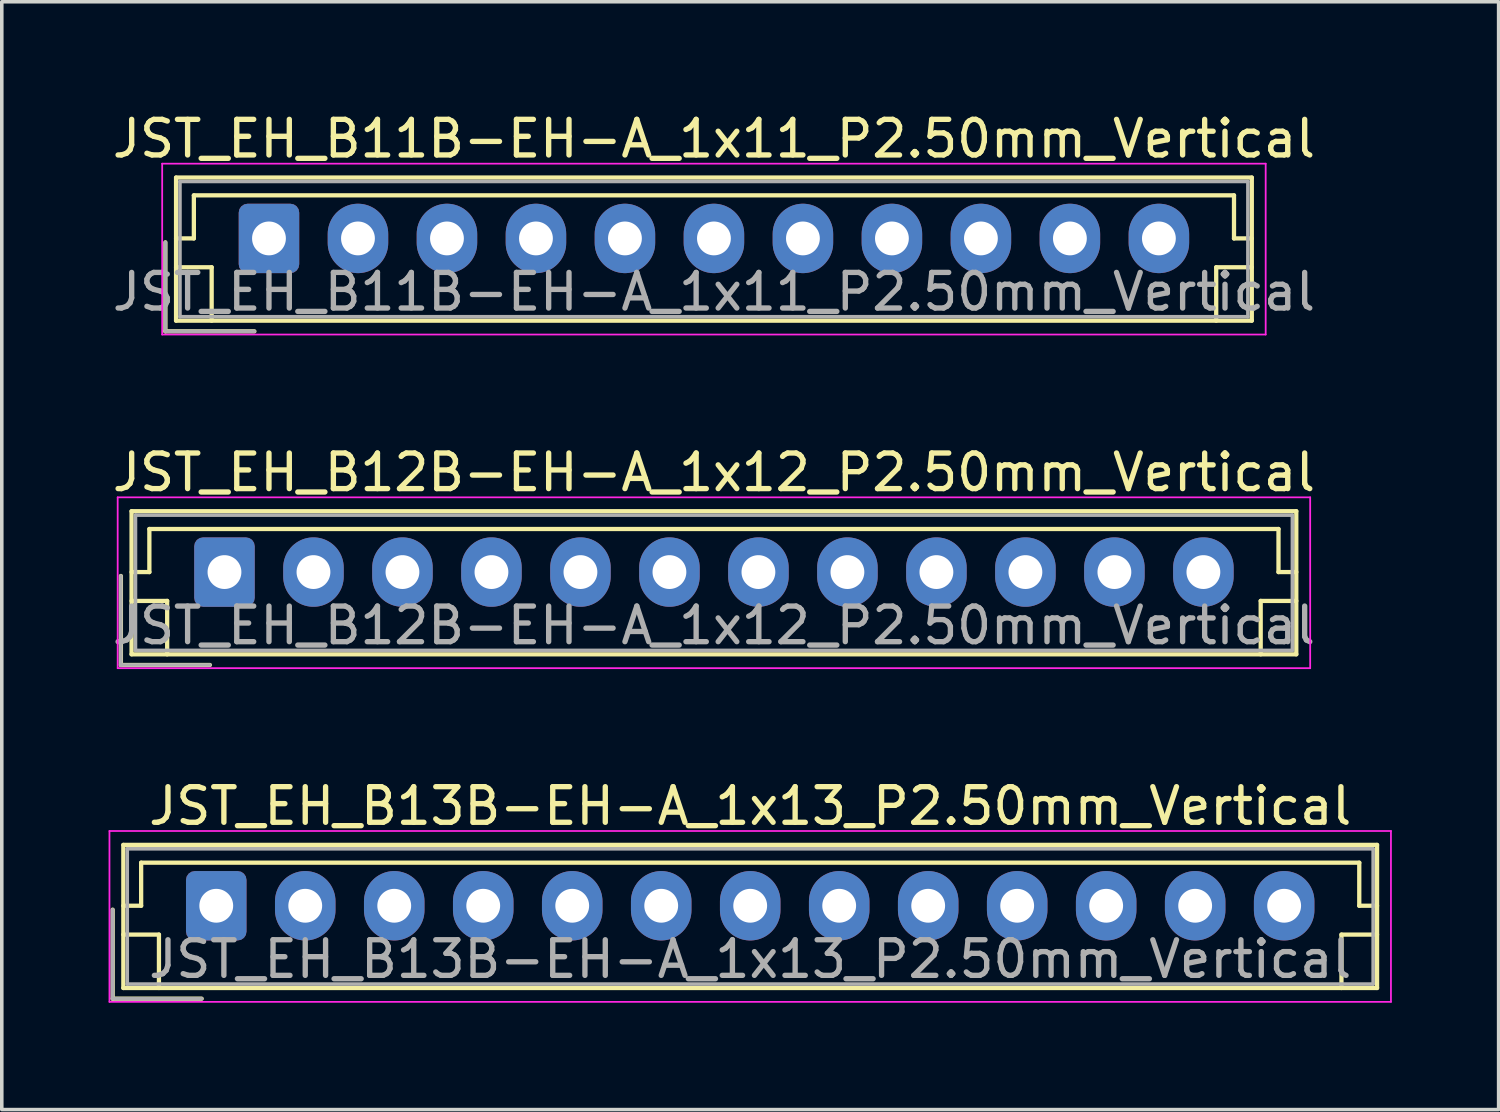
<source format=kicad_pcb>
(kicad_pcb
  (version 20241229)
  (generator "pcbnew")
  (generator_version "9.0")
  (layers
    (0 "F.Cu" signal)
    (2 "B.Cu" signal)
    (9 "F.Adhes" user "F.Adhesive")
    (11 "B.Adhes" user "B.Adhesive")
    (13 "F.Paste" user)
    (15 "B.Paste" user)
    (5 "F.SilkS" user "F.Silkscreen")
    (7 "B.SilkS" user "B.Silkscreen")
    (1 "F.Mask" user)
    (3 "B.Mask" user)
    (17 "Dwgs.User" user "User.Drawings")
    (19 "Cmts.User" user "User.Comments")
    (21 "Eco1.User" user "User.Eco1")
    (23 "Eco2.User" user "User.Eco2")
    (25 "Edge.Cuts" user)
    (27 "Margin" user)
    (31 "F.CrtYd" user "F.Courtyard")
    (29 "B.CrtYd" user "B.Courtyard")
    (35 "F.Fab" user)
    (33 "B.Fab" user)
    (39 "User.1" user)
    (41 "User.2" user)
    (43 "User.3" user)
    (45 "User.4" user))
  (footprint "JST_EH_B13B-EH-A_1x13_P2.50mm_Vertical"
    (layer "F.Cu")
    (at 3.025 22.395)
    (property "Reference" "JST_EH_B13B-EH-A_1x13_P2.50mm_Vertical" (at 15 -2.8 0) (layer "F.SilkS") (effects (font (size 1 1) (thickness 0.15))))
    (attr through_hole)
    (fp_line (start -2.91 0.11) (end -2.91 2.61) (stroke (width 0.12) (type solid)) (layer "F.SilkS"))
    (fp_line (start -2.91 2.61) (end -0.41 2.61) (stroke (width 0.12) (type solid)) (layer "F.SilkS"))
    (fp_line (start -2.61 -1.71) (end -2.61 2.31) (stroke (width 0.12) (type solid)) (layer "F.SilkS"))
    (fp_line (start -2.61 0) (end -2.11 0) (stroke (width 0.12) (type solid)) (layer "F.SilkS"))
    (fp_line (start -2.61 0.81) (end -1.61 0.81) (stroke (width 0.12) (type solid)) (layer "F.SilkS"))
    (fp_line (start -2.61 2.31) (end 32.61 2.31) (stroke (width 0.12) (type solid)) (layer "F.SilkS"))
    (fp_line (start -2.11 -1.21) (end 32.11 -1.21) (stroke (width 0.12) (type solid)) (layer "F.SilkS"))
    (fp_line (start -2.11 0) (end -2.11 -1.21) (stroke (width 0.12) (type solid)) (layer "F.SilkS"))
    (fp_line (start -1.61 0.81) (end -1.61 2.31) (stroke (width 0.12) (type solid)) (layer "F.SilkS"))
    (fp_line (start 31.61 0.81) (end 31.61 2.31) (stroke (width 0.12) (type solid)) (layer "F.SilkS"))
    (fp_line (start 32.11 -1.21) (end 32.11 0) (stroke (width 0.12) (type solid)) (layer "F.SilkS"))
    (fp_line (start 32.11 0) (end 32.61 0) (stroke (width 0.12) (type solid)) (layer "F.SilkS"))
    (fp_line (start 32.61 -1.71) (end -2.61 -1.71) (stroke (width 0.12) (type solid)) (layer "F.SilkS"))
    (fp_line (start 32.61 0.81) (end 31.61 0.81) (stroke (width 0.12) (type solid)) (layer "F.SilkS"))
    (fp_line (start 32.61 2.31) (end 32.61 -1.71) (stroke (width 0.12) (type solid)) (layer "F.SilkS"))
    (fp_line (start -3 -2.1) (end -3 2.7) (stroke (width 0.05) (type solid)) (layer "F.CrtYd"))
    (fp_line (start -3 2.7) (end 33 2.7) (stroke (width 0.05) (type solid)) (layer "F.CrtYd"))
    (fp_line (start 33 -2.1) (end -3 -2.1) (stroke (width 0.05) (type solid)) (layer "F.CrtYd"))
    (fp_line (start 33 2.7) (end 33 -2.1) (stroke (width 0.05) (type solid)) (layer "F.CrtYd"))
    (fp_line (start -2.91 0.11) (end -2.91 2.61) (stroke (width 0.1) (type solid)) (layer "F.Fab"))
    (fp_line (start -2.91 2.61) (end -0.41 2.61) (stroke (width 0.1) (type solid)) (layer "F.Fab"))
    (fp_line (start -2.5 -1.6) (end -2.5 2.2) (stroke (width 0.1) (type solid)) (layer "F.Fab"))
    (fp_line (start -2.5 2.2) (end 32.5 2.2) (stroke (width 0.1) (type solid)) (layer "F.Fab"))
    (fp_line (start 32.5 -1.6) (end -2.5 -1.6) (stroke (width 0.1) (type solid)) (layer "F.Fab"))
    (fp_line (start 32.5 2.2) (end 32.5 -1.6) (stroke (width 0.1) (type solid)) (layer "F.Fab"))
    (fp_text user "${REFERENCE}" (at 15 1.5 0) (layer "F.Fab") (effects (font (size 1 1) (thickness 0.15))))
    (pad "1" thru_hole roundrect (at 0 0) (size 1.7 1.95) (drill 0.95) (layers "*.Cu" "*.Mask") (roundrect_rratio 0.147))
    (pad "2" thru_hole oval (at 2.5 0) (size 1.7 1.95) (drill 0.95) (layers "*.Cu" "*.Mask"))
    (pad "3" thru_hole oval (at 5 0) (size 1.7 1.95) (drill 0.95) (layers "*.Cu" "*.Mask"))
    (pad "4" thru_hole oval (at 7.5 0) (size 1.7 1.95) (drill 0.95) (layers "*.Cu" "*.Mask"))
    (pad "5" thru_hole oval (at 10 0) (size 1.7 1.95) (drill 0.95) (layers "*.Cu" "*.Mask"))
    (pad "6" thru_hole oval (at 12.5 0) (size 1.7 1.95) (drill 0.95) (layers "*.Cu" "*.Mask"))
    (pad "7" thru_hole oval (at 15 0) (size 1.7 1.95) (drill 0.95) (layers "*.Cu" "*.Mask"))
    (pad "8" thru_hole oval (at 17.5 0) (size 1.7 1.95) (drill 0.95) (layers "*.Cu" "*.Mask"))
    (pad "9" thru_hole oval (at 20 0) (size 1.7 1.95) (drill 0.95) (layers "*.Cu" "*.Mask"))
    (pad "10" thru_hole oval (at 22.5 0) (size 1.7 1.95) (drill 0.95) (layers "*.Cu" "*.Mask"))
    (pad "11" thru_hole oval (at 25 0) (size 1.7 1.95) (drill 0.95) (layers "*.Cu" "*.Mask"))
    (pad "12" thru_hole oval (at 27.5 0) (size 1.7 1.95) (drill 0.95) (layers "*.Cu" "*.Mask"))
    (pad "13" thru_hole oval (at 30 0) (size 1.7 1.95) (drill 0.95) (layers "*.Cu" "*.Mask")))
  (footprint "JST_EH_B11B-EH-A_1x11_P2.50mm_Vertical"
    (layer "F.Cu")
    (at 4.506 3.648)
    (property "Reference" "JST_EH_B11B-EH-A_1x11_P2.50mm_Vertical" (at 12.5 -2.8 0) (layer "F.SilkS") (effects (font (size 1 1) (thickness 0.15))))
    (attr through_hole)
    (fp_line (start -2.91 0.11) (end -2.91 2.61) (stroke (width 0.12) (type solid)) (layer "F.SilkS"))
    (fp_line (start -2.91 2.61) (end -0.41 2.61) (stroke (width 0.12) (type solid)) (layer "F.SilkS"))
    (fp_line (start -2.61 -1.71) (end -2.61 2.31) (stroke (width 0.12) (type solid)) (layer "F.SilkS"))
    (fp_line (start -2.61 0) (end -2.11 0) (stroke (width 0.12) (type solid)) (layer "F.SilkS"))
    (fp_line (start -2.61 0.81) (end -1.61 0.81) (stroke (width 0.12) (type solid)) (layer "F.SilkS"))
    (fp_line (start -2.61 2.31) (end 27.61 2.31) (stroke (width 0.12) (type solid)) (layer "F.SilkS"))
    (fp_line (start -2.11 -1.21) (end 27.11 -1.21) (stroke (width 0.12) (type solid)) (layer "F.SilkS"))
    (fp_line (start -2.11 0) (end -2.11 -1.21) (stroke (width 0.12) (type solid)) (layer "F.SilkS"))
    (fp_line (start -1.61 0.81) (end -1.61 2.31) (stroke (width 0.12) (type solid)) (layer "F.SilkS"))
    (fp_line (start 26.61 0.81) (end 26.61 2.31) (stroke (width 0.12) (type solid)) (layer "F.SilkS"))
    (fp_line (start 27.11 -1.21) (end 27.11 0) (stroke (width 0.12) (type solid)) (layer "F.SilkS"))
    (fp_line (start 27.11 0) (end 27.61 0) (stroke (width 0.12) (type solid)) (layer "F.SilkS"))
    (fp_line (start 27.61 -1.71) (end -2.61 -1.71) (stroke (width 0.12) (type solid)) (layer "F.SilkS"))
    (fp_line (start 27.61 0.81) (end 26.61 0.81) (stroke (width 0.12) (type solid)) (layer "F.SilkS"))
    (fp_line (start 27.61 2.31) (end 27.61 -1.71) (stroke (width 0.12) (type solid)) (layer "F.SilkS"))
    (fp_line (start -3 -2.1) (end -3 2.7) (stroke (width 0.05) (type solid)) (layer "F.CrtYd"))
    (fp_line (start -3 2.7) (end 28 2.7) (stroke (width 0.05) (type solid)) (layer "F.CrtYd"))
    (fp_line (start 28 -2.1) (end -3 -2.1) (stroke (width 0.05) (type solid)) (layer "F.CrtYd"))
    (fp_line (start 28 2.7) (end 28 -2.1) (stroke (width 0.05) (type solid)) (layer "F.CrtYd"))
    (fp_line (start -2.91 0.11) (end -2.91 2.61) (stroke (width 0.1) (type solid)) (layer "F.Fab"))
    (fp_line (start -2.91 2.61) (end -0.41 2.61) (stroke (width 0.1) (type solid)) (layer "F.Fab"))
    (fp_line (start -2.5 -1.6) (end -2.5 2.2) (stroke (width 0.1) (type solid)) (layer "F.Fab"))
    (fp_line (start -2.5 2.2) (end 27.5 2.2) (stroke (width 0.1) (type solid)) (layer "F.Fab"))
    (fp_line (start 27.5 -1.6) (end -2.5 -1.6) (stroke (width 0.1) (type solid)) (layer "F.Fab"))
    (fp_line (start 27.5 2.2) (end 27.5 -1.6) (stroke (width 0.1) (type solid)) (layer "F.Fab"))
    (fp_text user "${REFERENCE}" (at 12.5 1.5 0) (layer "F.Fab") (effects (font (size 1 1) (thickness 0.15))))
    (pad "1" thru_hole roundrect (at 0 0) (size 1.7 1.95) (drill 0.95) (layers "*.Cu" "*.Mask") (roundrect_rratio 0.147))
    (pad "2" thru_hole oval (at 2.5 0) (size 1.7 1.95) (drill 0.95) (layers "*.Cu" "*.Mask"))
    (pad "3" thru_hole oval (at 5 0) (size 1.7 1.95) (drill 0.95) (layers "*.Cu" "*.Mask"))
    (pad "4" thru_hole oval (at 7.5 0) (size 1.7 1.95) (drill 0.95) (layers "*.Cu" "*.Mask"))
    (pad "5" thru_hole oval (at 10 0) (size 1.7 1.95) (drill 0.95) (layers "*.Cu" "*.Mask"))
    (pad "6" thru_hole oval (at 12.5 0) (size 1.7 1.95) (drill 0.95) (layers "*.Cu" "*.Mask"))
    (pad "7" thru_hole oval (at 15 0) (size 1.7 1.95) (drill 0.95) (layers "*.Cu" "*.Mask"))
    (pad "8" thru_hole oval (at 17.5 0) (size 1.7 1.95) (drill 0.95) (layers "*.Cu" "*.Mask"))
    (pad "9" thru_hole oval (at 20 0) (size 1.7 1.95) (drill 0.95) (layers "*.Cu" "*.Mask"))
    (pad "10" thru_hole oval (at 22.5 0) (size 1.7 1.95) (drill 0.95) (layers "*.Cu" "*.Mask"))
    (pad "11" thru_hole oval (at 25 0) (size 1.7 1.95) (drill 0.95) (layers "*.Cu" "*.Mask")))
  (footprint "JST_EH_B12B-EH-A_1x12_P2.50mm_Vertical"
    (layer "F.Cu")
    (at 3.256 13.021)
    (property "Reference" "JST_EH_B12B-EH-A_1x12_P2.50mm_Vertical" (at 13.75 -2.8 0) (layer "F.SilkS") (effects (font (size 1 1) (thickness 0.15))))
    (attr through_hole)
    (fp_line (start -2.91 0.11) (end -2.91 2.61) (stroke (width 0.12) (type solid)) (layer "F.SilkS"))
    (fp_line (start -2.91 2.61) (end -0.41 2.61) (stroke (width 0.12) (type solid)) (layer "F.SilkS"))
    (fp_line (start -2.61 -1.71) (end -2.61 2.31) (stroke (width 0.12) (type solid)) (layer "F.SilkS"))
    (fp_line (start -2.61 0) (end -2.11 0) (stroke (width 0.12) (type solid)) (layer "F.SilkS"))
    (fp_line (start -2.61 0.81) (end -1.61 0.81) (stroke (width 0.12) (type solid)) (layer "F.SilkS"))
    (fp_line (start -2.61 2.31) (end 30.11 2.31) (stroke (width 0.12) (type solid)) (layer "F.SilkS"))
    (fp_line (start -2.11 -1.21) (end 29.61 -1.21) (stroke (width 0.12) (type solid)) (layer "F.SilkS"))
    (fp_line (start -2.11 0) (end -2.11 -1.21) (stroke (width 0.12) (type solid)) (layer "F.SilkS"))
    (fp_line (start -1.61 0.81) (end -1.61 2.31) (stroke (width 0.12) (type solid)) (layer "F.SilkS"))
    (fp_line (start 29.11 0.81) (end 29.11 2.31) (stroke (width 0.12) (type solid)) (layer "F.SilkS"))
    (fp_line (start 29.61 -1.21) (end 29.61 0) (stroke (width 0.12) (type solid)) (layer "F.SilkS"))
    (fp_line (start 29.61 0) (end 30.11 0) (stroke (width 0.12) (type solid)) (layer "F.SilkS"))
    (fp_line (start 30.11 -1.71) (end -2.61 -1.71) (stroke (width 0.12) (type solid)) (layer "F.SilkS"))
    (fp_line (start 30.11 0.81) (end 29.11 0.81) (stroke (width 0.12) (type solid)) (layer "F.SilkS"))
    (fp_line (start 30.11 2.31) (end 30.11 -1.71) (stroke (width 0.12) (type solid)) (layer "F.SilkS"))
    (fp_line (start -3 -2.1) (end -3 2.7) (stroke (width 0.05) (type solid)) (layer "F.CrtYd"))
    (fp_line (start -3 2.7) (end 30.5 2.7) (stroke (width 0.05) (type solid)) (layer "F.CrtYd"))
    (fp_line (start 30.5 -2.1) (end -3 -2.1) (stroke (width 0.05) (type solid)) (layer "F.CrtYd"))
    (fp_line (start 30.5 2.7) (end 30.5 -2.1) (stroke (width 0.05) (type solid)) (layer "F.CrtYd"))
    (fp_line (start -2.91 0.11) (end -2.91 2.61) (stroke (width 0.1) (type solid)) (layer "F.Fab"))
    (fp_line (start -2.91 2.61) (end -0.41 2.61) (stroke (width 0.1) (type solid)) (layer "F.Fab"))
    (fp_line (start -2.5 -1.6) (end -2.5 2.2) (stroke (width 0.1) (type solid)) (layer "F.Fab"))
    (fp_line (start -2.5 2.2) (end 30 2.2) (stroke (width 0.1) (type solid)) (layer "F.Fab"))
    (fp_line (start 30 -1.6) (end -2.5 -1.6) (stroke (width 0.1) (type solid)) (layer "F.Fab"))
    (fp_line (start 30 2.2) (end 30 -1.6) (stroke (width 0.1) (type solid)) (layer "F.Fab"))
    (fp_text user "${REFERENCE}" (at 13.75 1.5 0) (layer "F.Fab") (effects (font (size 1 1) (thickness 0.15))))
    (pad "1" thru_hole roundrect (at 0 0) (size 1.7 1.95) (drill 0.95) (layers "*.Cu" "*.Mask") (roundrect_rratio 0.147))
    (pad "2" thru_hole oval (at 2.5 0) (size 1.7 1.95) (drill 0.95) (layers "*.Cu" "*.Mask"))
    (pad "3" thru_hole oval (at 5 0) (size 1.7 1.95) (drill 0.95) (layers "*.Cu" "*.Mask"))
    (pad "4" thru_hole oval (at 7.5 0) (size 1.7 1.95) (drill 0.95) (layers "*.Cu" "*.Mask"))
    (pad "5" thru_hole oval (at 10 0) (size 1.7 1.95) (drill 0.95) (layers "*.Cu" "*.Mask"))
    (pad "6" thru_hole oval (at 12.5 0) (size 1.7 1.95) (drill 0.95) (layers "*.Cu" "*.Mask"))
    (pad "7" thru_hole oval (at 15 0) (size 1.7 1.95) (drill 0.95) (layers "*.Cu" "*.Mask"))
    (pad "8" thru_hole oval (at 17.5 0) (size 1.7 1.95) (drill 0.95) (layers "*.Cu" "*.Mask"))
    (pad "9" thru_hole oval (at 20 0) (size 1.7 1.95) (drill 0.95) (layers "*.Cu" "*.Mask"))
    (pad "10" thru_hole oval (at 22.5 0) (size 1.7 1.95) (drill 0.95) (layers "*.Cu" "*.Mask"))
    (pad "11" thru_hole oval (at 25 0) (size 1.7 1.95) (drill 0.95) (layers "*.Cu" "*.Mask"))
    (pad "12" thru_hole oval (at 27.5 0) (size 1.7 1.95) (drill 0.95) (layers "*.Cu" "*.Mask")))
  (gr_rect
    (start -3 -3)
    (end 39.05 28.12)
    (stroke (width 0.1) (type default))
    (fill no)
    (layer "Edge.Cuts")))
</source>
